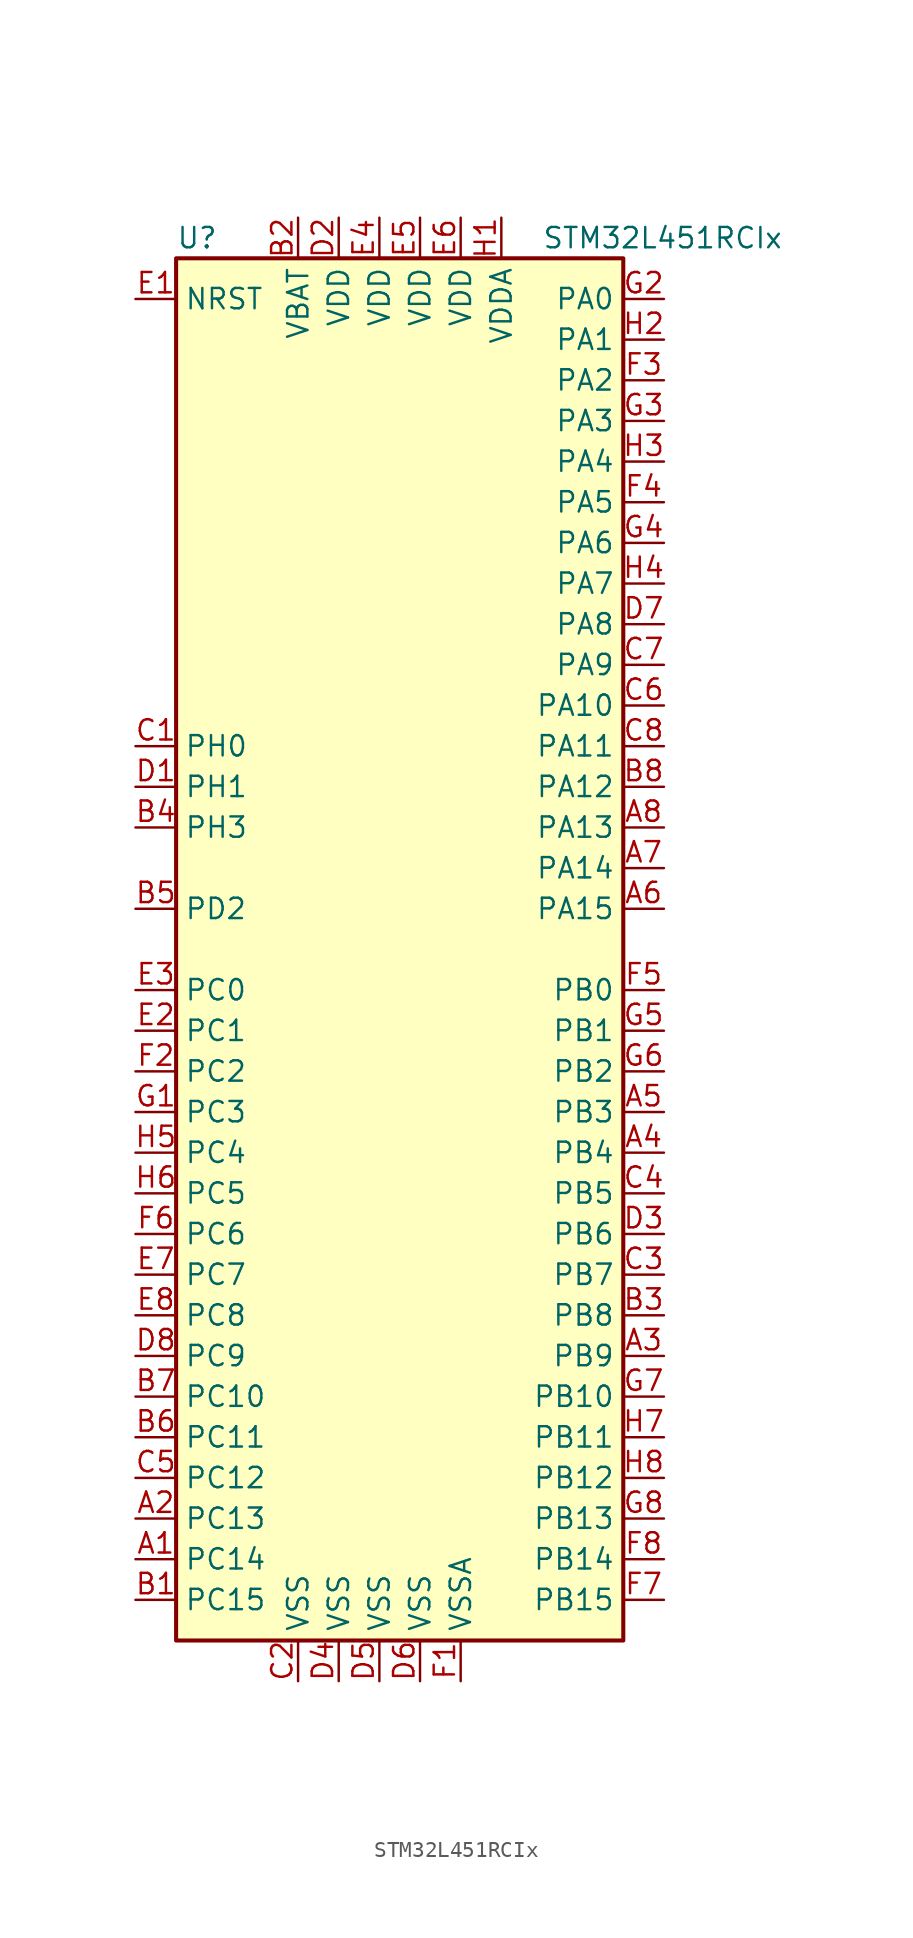
<source format=kicad_sym>
(kicad_symbol_lib
  (version 20220914)
  (generator kicad_symbol_editor)
  (symbol "STM32L451RCIx"
    (property "Reference" "U"
      (at -15.24 44.45 0)
      (effects (font (size 1.27 1.27)) (justify left)))
    (property "Value" "STM32L451RCIx"
      (at 7.62 44.45 0)
      (effects (font (size 1.27 1.27)) (justify left)))
    (symbol "STM32L451RCIx_0_1"
      (rectangle (start -15.24 -43.18) (end 12.7 43.18) (stroke (width 0.254) (type default)) (fill (type background))))
    (symbol "STM32L451RCIx_1_1"
      (pin bidirectional line (at -17.78 -38.1 0) (length 2.54) (name "PC14" (effects (font (size 1.27 1.27)))) (number "A1" (effects (font (size 1.27 1.27)))))
      (pin bidirectional line (at -17.78 -35.56 0) (length 2.54) (name "PC13" (effects (font (size 1.27 1.27)))) (number "A2" (effects (font (size 1.27 1.27)))))
      (pin bidirectional line (at 15.24 -25.4 180) (length 2.54) (name "PB9" (effects (font (size 1.27 1.27)))) (number "A3" (effects (font (size 1.27 1.27)))))
      (pin bidirectional line (at 15.24 -12.7 180) (length 2.54) (name "PB4" (effects (font (size 1.27 1.27)))) (number "A4" (effects (font (size 1.27 1.27)))))
      (pin bidirectional line (at 15.24 -10.16 180) (length 2.54) (name "PB3" (effects (font (size 1.27 1.27)))) (number "A5" (effects (font (size 1.27 1.27)))))
      (pin bidirectional line (at 15.24 2.54 180) (length 2.54) (name "PA15" (effects (font (size 1.27 1.27)))) (number "A6" (effects (font (size 1.27 1.27)))))
      (pin bidirectional line (at 15.24 5.08 180) (length 2.54) (name "PA14" (effects (font (size 1.27 1.27)))) (number "A7" (effects (font (size 1.27 1.27)))))
      (pin bidirectional line (at 15.24 7.62 180) (length 2.54) (name "PA13" (effects (font (size 1.27 1.27)))) (number "A8" (effects (font (size 1.27 1.27)))))
      (pin bidirectional line (at -17.78 -40.64 0) (length 2.54) (name "PC15" (effects (font (size 1.27 1.27)))) (number "B1" (effects (font (size 1.27 1.27)))))
      (pin power_in line (at -7.62 45.72 270) (length 2.54) (name "VBAT" (effects (font (size 1.27 1.27)))) (number "B2" (effects (font (size 1.27 1.27)))))
      (pin bidirectional line (at 15.24 -22.86 180) (length 2.54) (name "PB8" (effects (font (size 1.27 1.27)))) (number "B3" (effects (font (size 1.27 1.27)))))
      (pin bidirectional line (at -17.78 7.62 0) (length 2.54) (name "PH3" (effects (font (size 1.27 1.27)))) (number "B4" (effects (font (size 1.27 1.27)))))
      (pin bidirectional line (at -17.78 2.54 0) (length 2.54) (name "PD2" (effects (font (size 1.27 1.27)))) (number "B5" (effects (font (size 1.27 1.27)))))
      (pin bidirectional line (at -17.78 -30.48 0) (length 2.54) (name "PC11" (effects (font (size 1.27 1.27)))) (number "B6" (effects (font (size 1.27 1.27)))))
      (pin bidirectional line (at -17.78 -27.94 0) (length 2.54) (name "PC10" (effects (font (size 1.27 1.27)))) (number "B7" (effects (font (size 1.27 1.27)))))
      (pin bidirectional line (at 15.24 10.16 180) (length 2.54) (name "PA12" (effects (font (size 1.27 1.27)))) (number "B8" (effects (font (size 1.27 1.27)))))
      (pin input line (at -17.78 12.7 0) (length 2.54) (name "PH0" (effects (font (size 1.27 1.27)))) (number "C1" (effects (font (size 1.27 1.27)))))
      (pin power_in line (at -7.62 -45.72 90) (length 2.54) (name "VSS" (effects (font (size 1.27 1.27)))) (number "C2" (effects (font (size 1.27 1.27)))))
      (pin bidirectional line (at 15.24 -20.32 180) (length 2.54) (name "PB7" (effects (font (size 1.27 1.27)))) (number "C3" (effects (font (size 1.27 1.27)))))
      (pin bidirectional line (at 15.24 -15.24 180) (length 2.54) (name "PB5" (effects (font (size 1.27 1.27)))) (number "C4" (effects (font (size 1.27 1.27)))))
      (pin bidirectional line (at -17.78 -33.02 0) (length 2.54) (name "PC12" (effects (font (size 1.27 1.27)))) (number "C5" (effects (font (size 1.27 1.27)))))
      (pin bidirectional line (at 15.24 15.24 180) (length 2.54) (name "PA10" (effects (font (size 1.27 1.27)))) (number "C6" (effects (font (size 1.27 1.27)))))
      (pin bidirectional line (at 15.24 17.78 180) (length 2.54) (name "PA9" (effects (font (size 1.27 1.27)))) (number "C7" (effects (font (size 1.27 1.27)))))
      (pin bidirectional line (at 15.24 12.7 180) (length 2.54) (name "PA11" (effects (font (size 1.27 1.27)))) (number "C8" (effects (font (size 1.27 1.27)))))
      (pin input line (at -17.78 10.16 0) (length 2.54) (name "PH1" (effects (font (size 1.27 1.27)))) (number "D1" (effects (font (size 1.27 1.27)))))
      (pin power_in line (at -5.08 45.72 270) (length 2.54) (name "VDD" (effects (font (size 1.27 1.27)))) (number "D2" (effects (font (size 1.27 1.27)))))
      (pin bidirectional line (at 15.24 -17.78 180) (length 2.54) (name "PB6" (effects (font (size 1.27 1.27)))) (number "D3" (effects (font (size 1.27 1.27)))))
      (pin power_in line (at -5.08 -45.72 90) (length 2.54) (name "VSS" (effects (font (size 1.27 1.27)))) (number "D4" (effects (font (size 1.27 1.27)))))
      (pin power_in line (at -2.54 -45.72 90) (length 2.54) (name "VSS" (effects (font (size 1.27 1.27)))) (number "D5" (effects (font (size 1.27 1.27)))))
      (pin power_in line (at 0 -45.72 90) (length 2.54) (name "VSS" (effects (font (size 1.27 1.27)))) (number "D6" (effects (font (size 1.27 1.27)))))
      (pin bidirectional line (at 15.24 20.32 180) (length 2.54) (name "PA8" (effects (font (size 1.27 1.27)))) (number "D7" (effects (font (size 1.27 1.27)))))
      (pin bidirectional line (at -17.78 -25.4 0) (length 2.54) (name "PC9" (effects (font (size 1.27 1.27)))) (number "D8" (effects (font (size 1.27 1.27)))))
      (pin input line (at -17.78 40.64 0) (length 2.54) (name "NRST" (effects (font (size 1.27 1.27)))) (number "E1" (effects (font (size 1.27 1.27)))))
      (pin bidirectional line (at -17.78 -5.08 0) (length 2.54) (name "PC1" (effects (font (size 1.27 1.27)))) (number "E2" (effects (font (size 1.27 1.27)))))
      (pin bidirectional line (at -17.78 -2.54 0) (length 2.54) (name "PC0" (effects (font (size 1.27 1.27)))) (number "E3" (effects (font (size 1.27 1.27)))))
      (pin power_in line (at -2.54 45.72 270) (length 2.54) (name "VDD" (effects (font (size 1.27 1.27)))) (number "E4" (effects (font (size 1.27 1.27)))))
      (pin power_in line (at 0 45.72 270) (length 2.54) (name "VDD" (effects (font (size 1.27 1.27)))) (number "E5" (effects (font (size 1.27 1.27)))))
      (pin power_in line (at 2.54 45.72 270) (length 2.54) (name "VDD" (effects (font (size 1.27 1.27)))) (number "E6" (effects (font (size 1.27 1.27)))))
      (pin bidirectional line (at -17.78 -20.32 0) (length 2.54) (name "PC7" (effects (font (size 1.27 1.27)))) (number "E7" (effects (font (size 1.27 1.27)))))
      (pin bidirectional line (at -17.78 -22.86 0) (length 2.54) (name "PC8" (effects (font (size 1.27 1.27)))) (number "E8" (effects (font (size 1.27 1.27)))))
      (pin power_in line (at 2.54 -45.72 90) (length 2.54) (name "VSSA" (effects (font (size 1.27 1.27)))) (number "F1" (effects (font (size 1.27 1.27)))))
      (pin bidirectional line (at -17.78 -7.62 0) (length 2.54) (name "PC2" (effects (font (size 1.27 1.27)))) (number "F2" (effects (font (size 1.27 1.27)))))
      (pin bidirectional line (at 15.24 35.56 180) (length 2.54) (name "PA2" (effects (font (size 1.27 1.27)))) (number "F3" (effects (font (size 1.27 1.27)))))
      (pin bidirectional line (at 15.24 27.94 180) (length 2.54) (name "PA5" (effects (font (size 1.27 1.27)))) (number "F4" (effects (font (size 1.27 1.27)))))
      (pin bidirectional line (at 15.24 -2.54 180) (length 2.54) (name "PB0" (effects (font (size 1.27 1.27)))) (number "F5" (effects (font (size 1.27 1.27)))))
      (pin bidirectional line (at -17.78 -17.78 0) (length 2.54) (name "PC6" (effects (font (size 1.27 1.27)))) (number "F6" (effects (font (size 1.27 1.27)))))
      (pin bidirectional line (at 15.24 -40.64 180) (length 2.54) (name "PB15" (effects (font (size 1.27 1.27)))) (number "F7" (effects (font (size 1.27 1.27)))))
      (pin bidirectional line (at 15.24 -38.1 180) (length 2.54) (name "PB14" (effects (font (size 1.27 1.27)))) (number "F8" (effects (font (size 1.27 1.27)))))
      (pin bidirectional line (at -17.78 -10.16 0) (length 2.54) (name "PC3" (effects (font (size 1.27 1.27)))) (number "G1" (effects (font (size 1.27 1.27)))))
      (pin bidirectional line (at 15.24 40.64 180) (length 2.54) (name "PA0" (effects (font (size 1.27 1.27)))) (number "G2" (effects (font (size 1.27 1.27)))))
      (pin bidirectional line (at 15.24 33.02 180) (length 2.54) (name "PA3" (effects (font (size 1.27 1.27)))) (number "G3" (effects (font (size 1.27 1.27)))))
      (pin bidirectional line (at 15.24 25.4 180) (length 2.54) (name "PA6" (effects (font (size 1.27 1.27)))) (number "G4" (effects (font (size 1.27 1.27)))))
      (pin bidirectional line (at 15.24 -5.08 180) (length 2.54) (name "PB1" (effects (font (size 1.27 1.27)))) (number "G5" (effects (font (size 1.27 1.27)))))
      (pin bidirectional line (at 15.24 -7.62 180) (length 2.54) (name "PB2" (effects (font (size 1.27 1.27)))) (number "G6" (effects (font (size 1.27 1.27)))))
      (pin bidirectional line (at 15.24 -27.94 180) (length 2.54) (name "PB10" (effects (font (size 1.27 1.27)))) (number "G7" (effects (font (size 1.27 1.27)))))
      (pin bidirectional line (at 15.24 -35.56 180) (length 2.54) (name "PB13" (effects (font (size 1.27 1.27)))) (number "G8" (effects (font (size 1.27 1.27)))))
      (pin power_in line (at 5.08 45.72 270) (length 2.54) (name "VDDA" (effects (font (size 1.27 1.27)))) (number "H1" (effects (font (size 1.27 1.27)))))
      (pin bidirectional line (at 15.24 38.1 180) (length 2.54) (name "PA1" (effects (font (size 1.27 1.27)))) (number "H2" (effects (font (size 1.27 1.27)))))
      (pin bidirectional line (at 15.24 30.48 180) (length 2.54) (name "PA4" (effects (font (size 1.27 1.27)))) (number "H3" (effects (font (size 1.27 1.27)))))
      (pin bidirectional line (at 15.24 22.86 180) (length 2.54) (name "PA7" (effects (font (size 1.27 1.27)))) (number "H4" (effects (font (size 1.27 1.27)))))
      (pin bidirectional line (at -17.78 -12.7 0) (length 2.54) (name "PC4" (effects (font (size 1.27 1.27)))) (number "H5" (effects (font (size 1.27 1.27)))))
      (pin bidirectional line (at -17.78 -15.24 0) (length 2.54) (name "PC5" (effects (font (size 1.27 1.27)))) (number "H6" (effects (font (size 1.27 1.27)))))
      (pin bidirectional line (at 15.24 -30.48 180) (length 2.54) (name "PB11" (effects (font (size 1.27 1.27)))) (number "H7" (effects (font (size 1.27 1.27)))))
      (pin bidirectional line (at 15.24 -33.02 180) (length 2.54) (name "PB12" (effects (font (size 1.27 1.27)))) (number "H8" (effects (font (size 1.27 1.27))))))))
</source>
